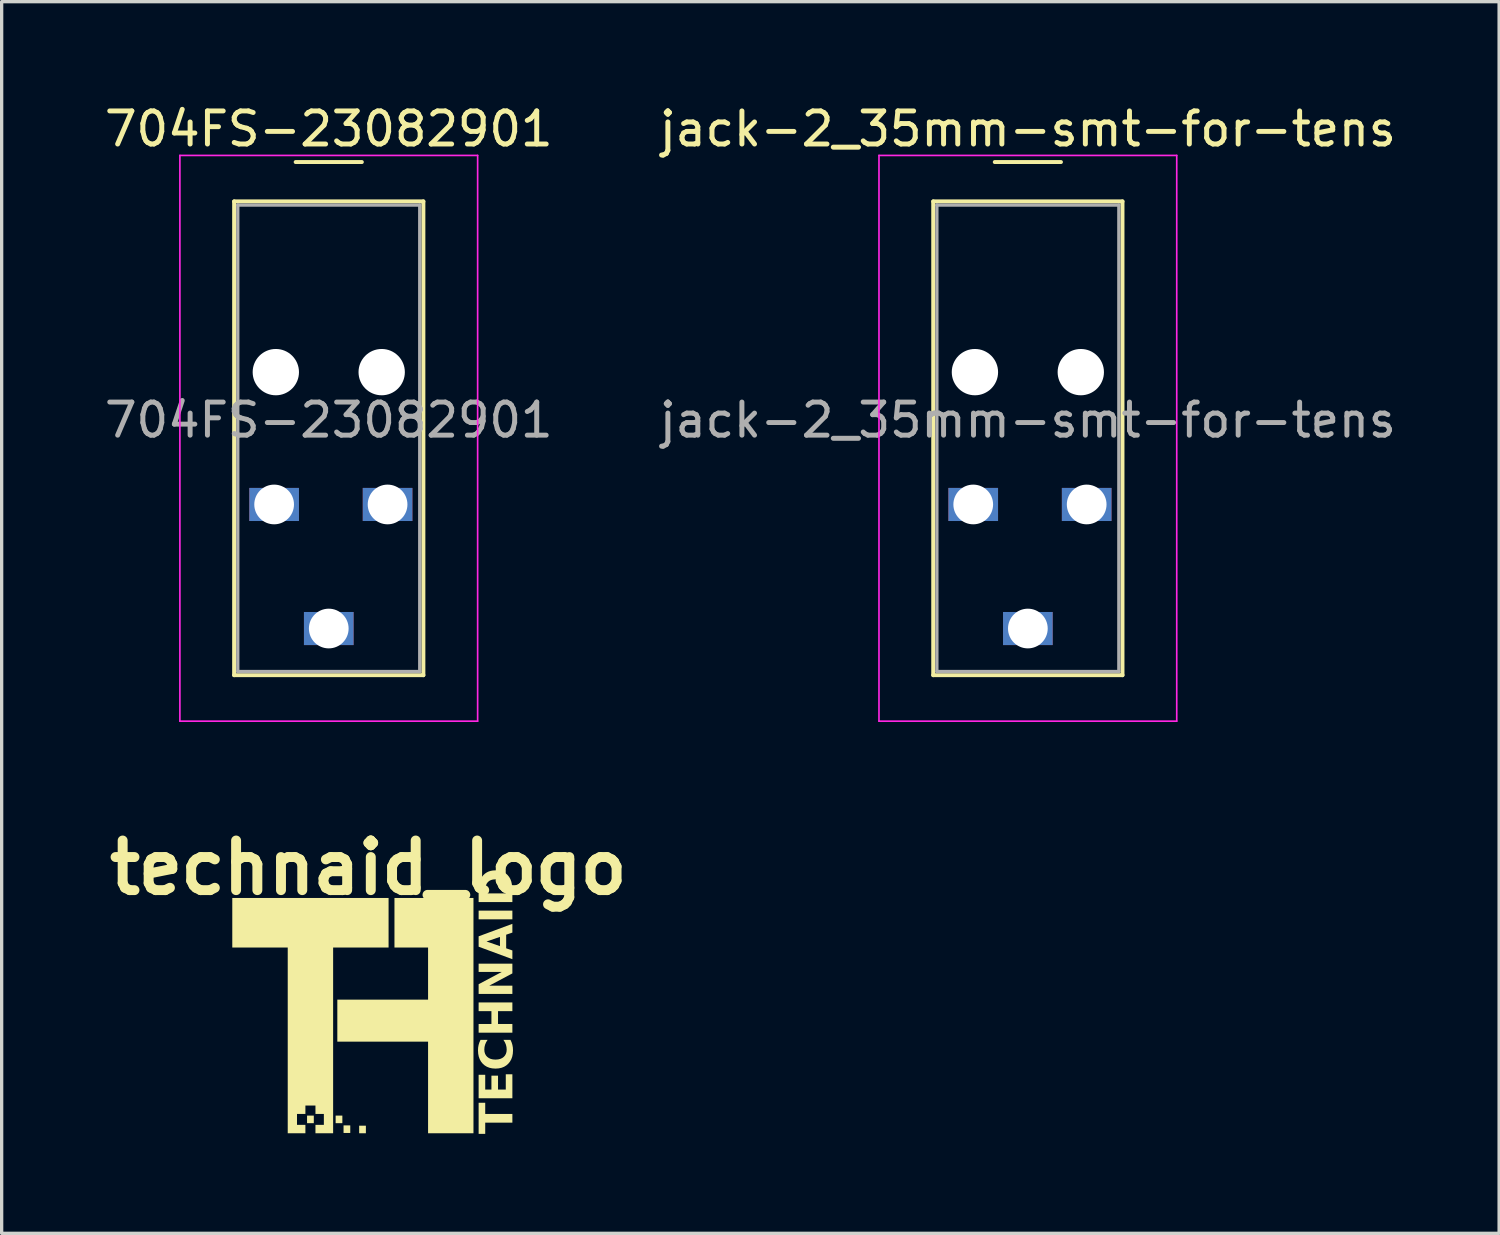
<source format=kicad_pcb>
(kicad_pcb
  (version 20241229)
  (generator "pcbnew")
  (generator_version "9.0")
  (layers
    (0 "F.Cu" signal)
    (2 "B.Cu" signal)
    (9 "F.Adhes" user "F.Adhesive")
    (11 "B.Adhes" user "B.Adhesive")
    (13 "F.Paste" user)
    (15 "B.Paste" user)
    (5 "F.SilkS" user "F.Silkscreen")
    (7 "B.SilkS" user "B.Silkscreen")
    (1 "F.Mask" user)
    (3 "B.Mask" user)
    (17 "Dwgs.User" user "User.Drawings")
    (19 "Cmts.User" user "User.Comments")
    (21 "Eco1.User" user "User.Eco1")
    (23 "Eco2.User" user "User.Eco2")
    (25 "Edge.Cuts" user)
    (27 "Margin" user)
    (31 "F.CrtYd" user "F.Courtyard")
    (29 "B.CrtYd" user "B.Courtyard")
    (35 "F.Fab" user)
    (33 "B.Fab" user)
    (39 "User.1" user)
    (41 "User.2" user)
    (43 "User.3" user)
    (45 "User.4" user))
  (footprint "technaid_logo"
    (layer "F.Cu")
    (at 8.111 27.724)
    (property "Reference" "technaid_logo" (at -0.025 -4.547 0) (layer "F.SilkS") (effects (font (size 1.5 1.5) (thickness 0.3))))
    (attr board_only exclude_from_pos_files exclude_from_bom)
    (fp_rect (start -1.88 2.946) (end -1.676 3.175) (stroke (width 0) (type default)) (fill yes) (layer "F.SilkS"))
    (fp_rect (start -1.016 2.946) (end -0.813 3.175) (stroke (width 0) (type default)) (fill yes) (layer "F.SilkS"))
    (fp_rect (start -0.777 3.242) (end -0.574 3.471) (stroke (width 0) (type default)) (fill yes) (layer "F.SilkS"))
    (fp_rect (start -0.305 3.251) (end -0.102 3.48) (stroke (width 0) (type default)) (fill yes) (layer "F.SilkS"))
    (fp_poly (pts (xy 1.93 -3.632) (xy 3.15 -3.632) (xy 3.15 0.064) (xy 3.15 3.48) (xy 2.464 3.48) (xy 1.778 3.48) (xy 1.778 2.119) (xy 1.778 0.711) (xy 0.432 0.711) (xy -0.965 0.711) (xy -0.965 0.051) (xy -0.965 -0.559) (xy 0.406 -0.559) (xy 1.778 -0.559) (xy 1.778 -1.312) (xy 1.778 -2.134) (xy 1.27 -2.134) (xy 0.762 -2.134) (xy 0.762 -2.712) (xy 0.762 -3.632)) (stroke (width 0) (type solid)) (fill yes) (layer "F.SilkS"))
    (fp_poly (pts (xy 0.584 -2.718) (xy 0.584 -2.134) (xy -0.279 -2.134) (xy -1.092 -2.134) (xy -1.092 0.711) (xy -1.092 3.48) (xy -1.355 3.48) (xy -1.626 3.48) (xy -1.626 3.226) (xy -1.541 3.226) (xy -1.372 3.226) (xy -1.372 3.15) (xy -1.372 3.048) (xy -1.372 2.896) (xy -1.482 2.896) (xy -1.626 2.896) (xy -1.626 2.752) (xy -1.626 2.642) (xy -1.778 2.642) (xy -1.93 2.642) (xy -1.93 2.752) (xy -1.93 2.896) (xy -2.074 2.896) (xy -2.184 2.896) (xy -2.184 3.048) (xy -2.184 3.226) (xy -2.074 3.226) (xy -1.93 3.226) (xy -1.93 3.48) (xy -2.032 3.48) (xy -2.21 3.48) (xy -2.464 3.48) (xy -2.464 0.72) (xy -2.464 -2.134) (xy -3.302 -2.134) (xy -4.14 -2.134) (xy -4.14 -2.718) (xy -4.14 -3.632) (xy -1.778 -3.632) (xy 0.584 -3.632)) (stroke (width 0) (type solid)) (fill yes) (layer "F.SilkS"))
    (fp_text user "TECHNAID" (at 4.496 3.505 90) (unlocked yes) (layer "F.SilkS") (effects (font (face "Arial") (size 1 1) (thickness 0.25) (bold yes)) (justify left bottom))))
  (footprint "jack-2_35mm-smt-for-tens"
    (layer "F.Cu")
    (at 28.018 4.148)
    (property "Reference" "jack-2_35mm-smt-for-tens" (at 0 -3.3 0) (layer "F.SilkS") (effects (font (size 1 1) (thickness 0.15))))
    (attr through_hole)
    (fp_line (start -2.86 -1.11) (end 2.86 -1.11) (stroke (width 0.12) (type solid)) (layer "F.SilkS"))
    (fp_line (start -2.86 13.21) (end -2.86 -1.11) (stroke (width 0.12) (type solid)) (layer "F.SilkS"))
    (fp_line (start -1 -2.3) (end 1 -2.3) (stroke (width 0.12) (type solid)) (layer "F.SilkS"))
    (fp_line (start 2.86 -1.11) (end 2.86 13.21) (stroke (width 0.12) (type solid)) (layer "F.SilkS"))
    (fp_line (start 2.86 13.21) (end -2.86 13.21) (stroke (width 0.12) (type solid)) (layer "F.SilkS"))
    (fp_line (start -4.5 -2.5) (end -4.5 14.6) (stroke (width 0.05) (type solid)) (layer "F.CrtYd"))
    (fp_line (start -4.5 14.6) (end 4.5 14.6) (stroke (width 0.05) (type solid)) (layer "F.CrtYd"))
    (fp_line (start 4.5 -2.5) (end -4.5 -2.5) (stroke (width 0.05) (type solid)) (layer "F.CrtYd"))
    (fp_line (start 4.5 14.6) (end 4.5 -2.5) (stroke (width 0.05) (type solid)) (layer "F.CrtYd"))
    (fp_line (start -2.75 -1) (end 2.75 -1) (stroke (width 0.1) (type solid)) (layer "F.Fab"))
    (fp_line (start -2.75 13.1) (end -2.75 -1) (stroke (width 0.1) (type solid)) (layer "F.Fab"))
    (fp_line (start 2.75 -1) (end 2.75 13.1) (stroke (width 0.1) (type solid)) (layer "F.Fab"))
    (fp_line (start 2.75 13.1) (end -2.75 13.1) (stroke (width 0.1) (type solid)) (layer "F.Fab"))
    (fp_text user "${REFERENCE}" (at 0 5.5 0) (layer "F.Fab") (effects (font (size 1 1) (thickness 0.15))))
    (pad "" np_thru_hole circle (at -1.6 4.05) (size 1.4 1.4) (drill 1.4) (layers "*.Cu" "*.Mask"))
    (pad "" np_thru_hole circle (at 1.6 4.05) (size 1.4 1.4) (drill 1.4) (layers "*.Cu" "*.Mask"))
    (pad "1" thru_hole rect (at 0 11.8) (size 1.5 1) (drill 1.2 0.7) (layers "*.Cu" "*.Mask"))
    (pad "2" thru_hole rect (at -1.651 8.05) (size 1.5 1) (drill 1.2 0.7) (layers "*.Cu" "*.Mask"))
    (pad "3" thru_hole rect (at 1.778 8.05) (size 1.5 1) (drill 1.2 0.7) (layers "*.Cu" "*.Mask")))
  (footprint "704FS-23082901"
    (layer "F.Cu")
    (at 6.887 4.148)
    (property "Reference" "704FS-23082901" (at 0 -3.3 0) (layer "F.SilkS") (effects (font (size 1 1) (thickness 0.15))))
    (attr through_hole)
    (fp_line (start -2.86 -1.11) (end 2.86 -1.11) (stroke (width 0.12) (type solid)) (layer "F.SilkS"))
    (fp_line (start -2.86 13.21) (end -2.86 -1.11) (stroke (width 0.12) (type solid)) (layer "F.SilkS"))
    (fp_line (start -1 -2.3) (end 1 -2.3) (stroke (width 0.12) (type solid)) (layer "F.SilkS"))
    (fp_line (start 2.86 -1.11) (end 2.86 13.21) (stroke (width 0.12) (type solid)) (layer "F.SilkS"))
    (fp_line (start 2.86 13.21) (end -2.86 13.21) (stroke (width 0.12) (type solid)) (layer "F.SilkS"))
    (fp_line (start -4.5 -2.5) (end -4.5 14.6) (stroke (width 0.05) (type solid)) (layer "F.CrtYd"))
    (fp_line (start -4.5 14.6) (end 4.5 14.6) (stroke (width 0.05) (type solid)) (layer "F.CrtYd"))
    (fp_line (start 4.5 -2.5) (end -4.5 -2.5) (stroke (width 0.05) (type solid)) (layer "F.CrtYd"))
    (fp_line (start 4.5 14.6) (end 4.5 -2.5) (stroke (width 0.05) (type solid)) (layer "F.CrtYd"))
    (fp_line (start -2.75 -1) (end 2.75 -1) (stroke (width 0.1) (type solid)) (layer "F.Fab"))
    (fp_line (start -2.75 13.1) (end -2.75 -1) (stroke (width 0.1) (type solid)) (layer "F.Fab"))
    (fp_line (start 2.75 -1) (end 2.75 13.1) (stroke (width 0.1) (type solid)) (layer "F.Fab"))
    (fp_line (start 2.75 13.1) (end -2.75 13.1) (stroke (width 0.1) (type solid)) (layer "F.Fab"))
    (fp_text user "${REFERENCE}" (at 0 5.5 0) (layer "F.Fab") (effects (font (size 1 1) (thickness 0.15))))
    (pad "" np_thru_hole circle (at -1.6 4.05) (size 1.4 1.4) (drill 1.4) (layers "*.Cu" "*.Mask"))
    (pad "" np_thru_hole circle (at 1.6 4.05) (size 1.4 1.4) (drill 1.4) (layers "*.Cu" "*.Mask"))
    (pad "1" thru_hole rect (at 0 11.8) (size 1.5 1) (drill 1.2 0.7) (layers "*.Cu" "*.Mask"))
    (pad "2" thru_hole rect (at -1.651 8.05) (size 1.5 1) (drill 1.2 0.7) (layers "*.Cu" "*.Mask"))
    (pad "3" thru_hole rect (at 1.778 8.05) (size 1.5 1) (drill 1.2 0.7) (layers "*.Cu" "*.Mask")))
  (gr_rect
    (start -3 -3)
    (end 42.262 34.229)
    (stroke (width 0.1) (type default))
    (fill no)
    (layer "Edge.Cuts")))
</source>
